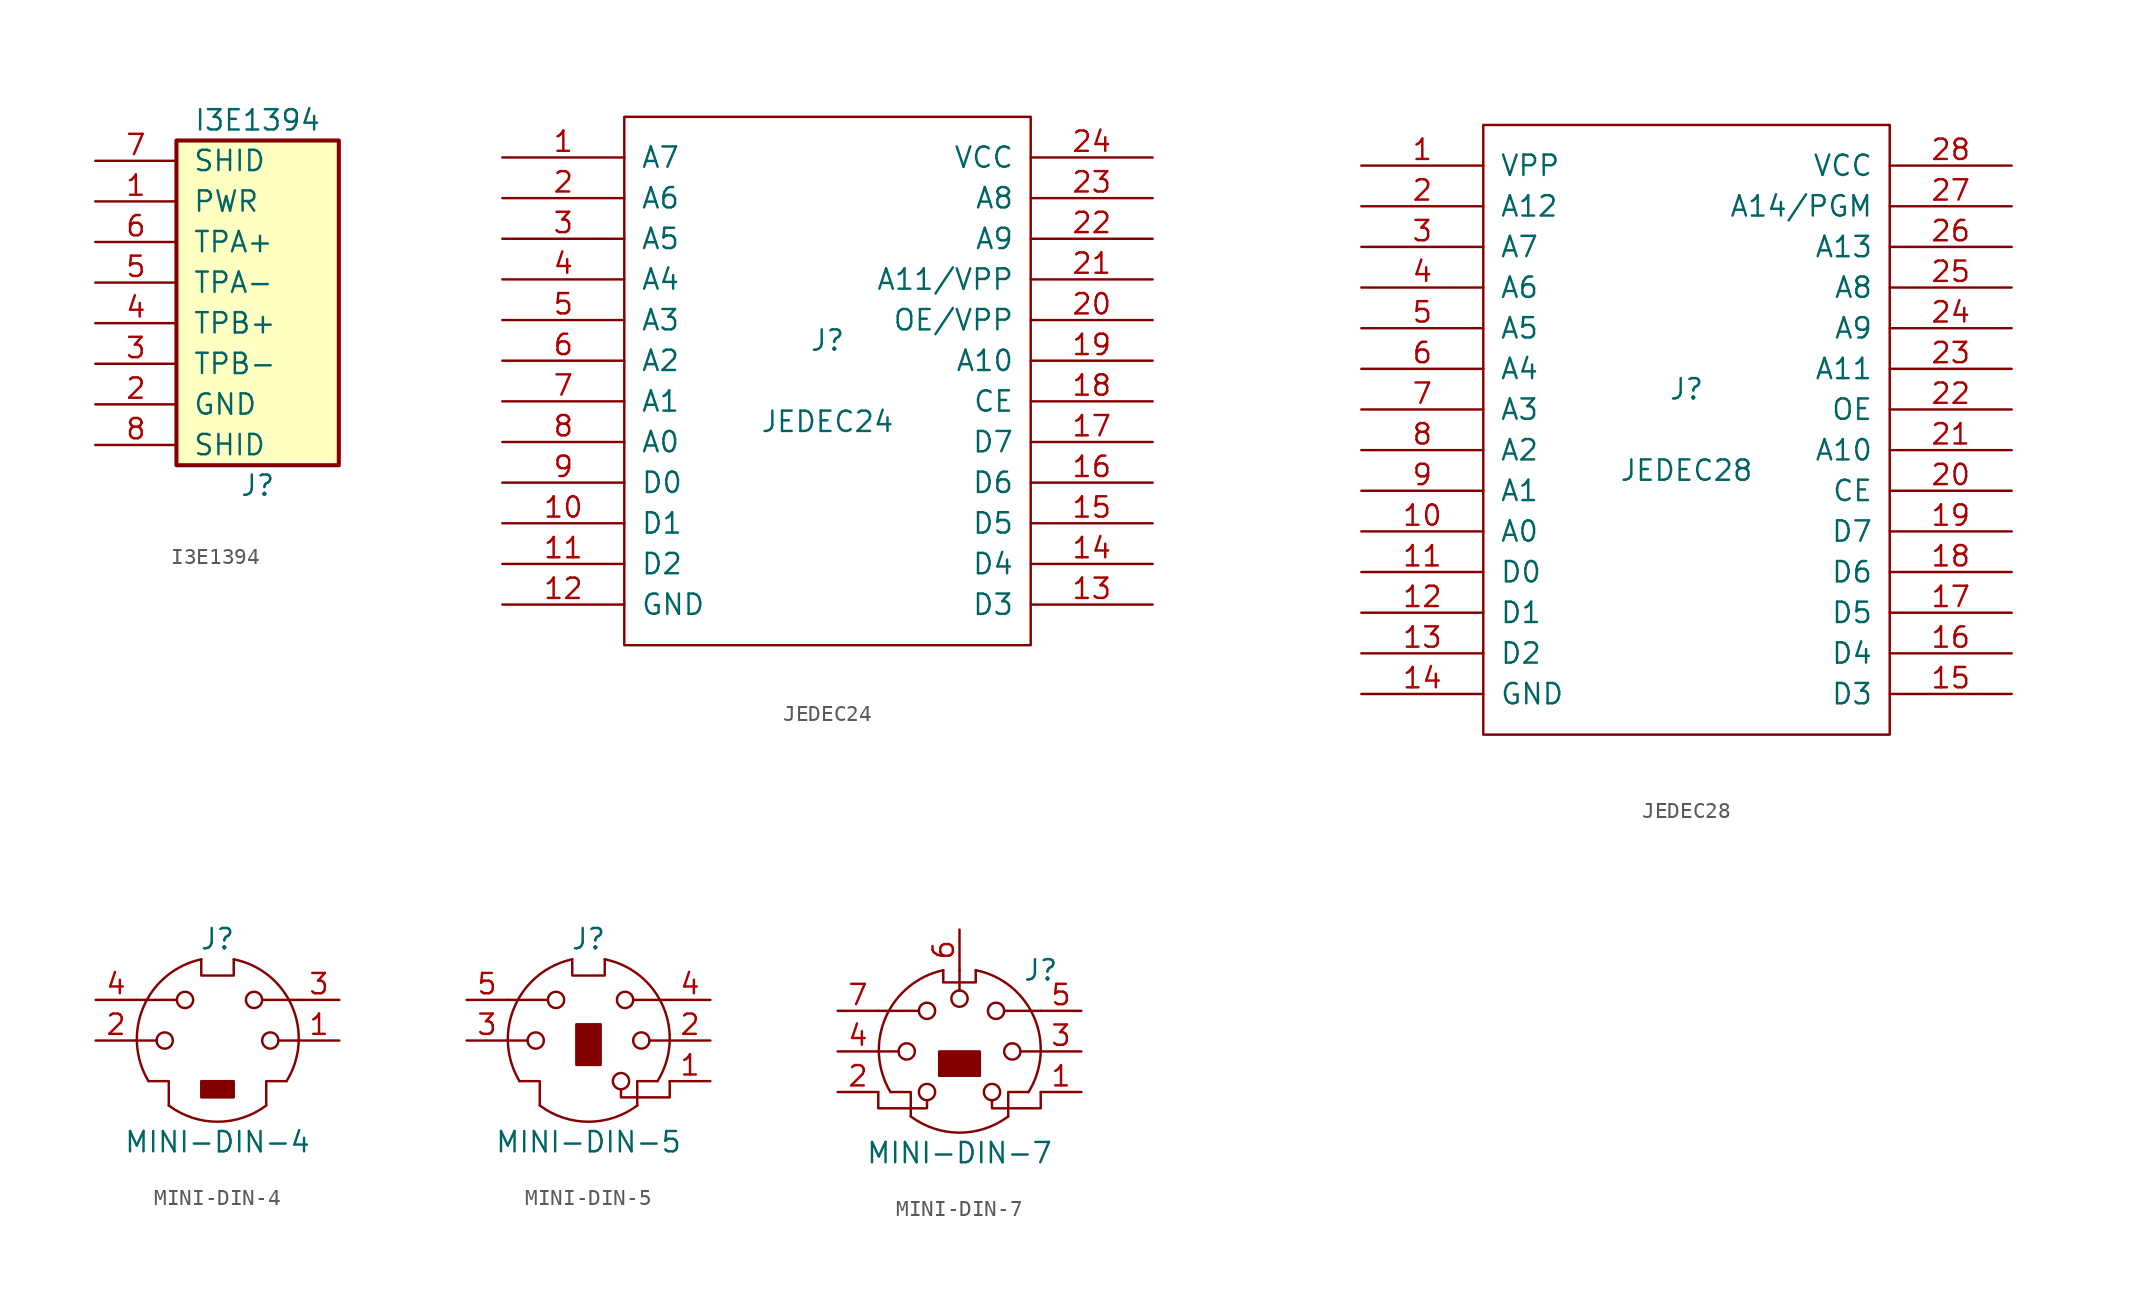
<source format=kicad_sym>
(kicad_symbol_lib
  (version 20211014)
  (generator kicad_symbol_editor)
  (symbol "I3E1394"
    (pin_names
      (offset 1.016))
    (property "Reference" "J"
      (at 0 -11.43 0)
      (effects (font (size 1.27 1.27))))
    (property "Value" "I3E1394"
      (at 0 11.43 0)
      (effects (font (size 1.27 1.27))))
    (symbol "I3E1394_0_1"
      (rectangle (start -5.08 10.16) (end 5.08 -10.16) (stroke (width 0.254) (type default) (color 0 0 0 0)) (fill (type background))))
    (symbol "I3E1394_1_1"
      (pin passive line (at -10.16 6.35 0) (length 5.08) (name "PWR" (effects (font (size 1.27 1.27)))) (number "1" (effects (font (size 1.27 1.27)))))
      (pin passive line (at -10.16 -6.35 0) (length 5.08) (name "GND" (effects (font (size 1.27 1.27)))) (number "2" (effects (font (size 1.27 1.27)))))
      (pin bidirectional line (at -10.16 -3.81 0) (length 5.08) (name "TPB-" (effects (font (size 1.27 1.27)))) (number "3" (effects (font (size 1.27 1.27)))))
      (pin bidirectional line (at -10.16 -1.27 0) (length 5.08) (name "TPB+" (effects (font (size 1.27 1.27)))) (number "4" (effects (font (size 1.27 1.27)))))
      (pin bidirectional line (at -10.16 1.27 0) (length 5.08) (name "TPA-" (effects (font (size 1.27 1.27)))) (number "5" (effects (font (size 1.27 1.27)))))
      (pin bidirectional line (at -10.16 3.81 0) (length 5.08) (name "TPA+" (effects (font (size 1.27 1.27)))) (number "6" (effects (font (size 1.27 1.27)))))
      (pin passive line (at -10.16 8.89 0) (length 5.08) (name "SHID" (effects (font (size 1.27 1.27)))) (number "7" (effects (font (size 1.27 1.27)))))
      (pin passive line (at -10.16 -8.89 0) (length 5.08) (name "SHID" (effects (font (size 1.27 1.27)))) (number "8" (effects (font (size 1.27 1.27)))))))
  (symbol "JEDEC24"
    (pin_names
      (offset 1.016))
    (property "Reference" "J"
      (at 0 2.54 0)
      (effects (font (size 1.27 1.27))))
    (property "Value" "JEDEC24"
      (at 0 -2.54 0)
      (effects (font (size 1.27 1.27))))
    (symbol "JEDEC24_0_1"
      (rectangle (start -12.7 -16.51) (end 12.7 16.51) (stroke (width 0) (type default) (color 0 0 0 0)) (fill (type none))))
    (symbol "JEDEC24_1_1"
      (pin passive line (at -20.32 13.97 0) (length 7.62) (name "A7" (effects (font (size 1.27 1.27)))) (number "1" (effects (font (size 1.27 1.27)))))
      (pin passive line (at -20.32 -8.89 0) (length 7.62) (name "D1" (effects (font (size 1.27 1.27)))) (number "10" (effects (font (size 1.27 1.27)))))
      (pin passive line (at -20.32 -11.43 0) (length 7.62) (name "D2" (effects (font (size 1.27 1.27)))) (number "11" (effects (font (size 1.27 1.27)))))
      (pin passive line (at -20.32 -13.97 0) (length 7.62) (name "GND" (effects (font (size 1.27 1.27)))) (number "12" (effects (font (size 1.27 1.27)))))
      (pin passive line (at 20.32 -13.97 180) (length 7.62) (name "D3" (effects (font (size 1.27 1.27)))) (number "13" (effects (font (size 1.27 1.27)))))
      (pin passive line (at 20.32 -11.43 180) (length 7.62) (name "D4" (effects (font (size 1.27 1.27)))) (number "14" (effects (font (size 1.27 1.27)))))
      (pin passive line (at 20.32 -8.89 180) (length 7.62) (name "D5" (effects (font (size 1.27 1.27)))) (number "15" (effects (font (size 1.27 1.27)))))
      (pin passive line (at 20.32 -6.35 180) (length 7.62) (name "D6" (effects (font (size 1.27 1.27)))) (number "16" (effects (font (size 1.27 1.27)))))
      (pin passive line (at 20.32 -3.81 180) (length 7.62) (name "D7" (effects (font (size 1.27 1.27)))) (number "17" (effects (font (size 1.27 1.27)))))
      (pin passive line (at 20.32 -1.27 180) (length 7.62) (name "CE" (effects (font (size 1.27 1.27)))) (number "18" (effects (font (size 1.27 1.27)))))
      (pin passive line (at 20.32 1.27 180) (length 7.62) (name "A10" (effects (font (size 1.27 1.27)))) (number "19" (effects (font (size 1.27 1.27)))))
      (pin passive line (at -20.32 11.43 0) (length 7.62) (name "A6" (effects (font (size 1.27 1.27)))) (number "2" (effects (font (size 1.27 1.27)))))
      (pin passive line (at 20.32 3.81 180) (length 7.62) (name "OE/VPP" (effects (font (size 1.27 1.27)))) (number "20" (effects (font (size 1.27 1.27)))))
      (pin passive line (at 20.32 6.35 180) (length 7.62) (name "A11/VPP" (effects (font (size 1.27 1.27)))) (number "21" (effects (font (size 1.27 1.27)))))
      (pin passive line (at 20.32 8.89 180) (length 7.62) (name "A9" (effects (font (size 1.27 1.27)))) (number "22" (effects (font (size 1.27 1.27)))))
      (pin passive line (at 20.32 11.43 180) (length 7.62) (name "A8" (effects (font (size 1.27 1.27)))) (number "23" (effects (font (size 1.27 1.27)))))
      (pin passive line (at 20.32 13.97 180) (length 7.62) (name "VCC" (effects (font (size 1.27 1.27)))) (number "24" (effects (font (size 1.27 1.27)))))
      (pin passive line (at -20.32 8.89 0) (length 7.62) (name "A5" (effects (font (size 1.27 1.27)))) (number "3" (effects (font (size 1.27 1.27)))))
      (pin passive line (at -20.32 6.35 0) (length 7.62) (name "A4" (effects (font (size 1.27 1.27)))) (number "4" (effects (font (size 1.27 1.27)))))
      (pin passive line (at -20.32 3.81 0) (length 7.62) (name "A3" (effects (font (size 1.27 1.27)))) (number "5" (effects (font (size 1.27 1.27)))))
      (pin passive line (at -20.32 1.27 0) (length 7.62) (name "A2" (effects (font (size 1.27 1.27)))) (number "6" (effects (font (size 1.27 1.27)))))
      (pin passive line (at -20.32 -1.27 0) (length 7.62) (name "A1" (effects (font (size 1.27 1.27)))) (number "7" (effects (font (size 1.27 1.27)))))
      (pin passive line (at -20.32 -3.81 0) (length 7.62) (name "A0" (effects (font (size 1.27 1.27)))) (number "8" (effects (font (size 1.27 1.27)))))
      (pin passive line (at -20.32 -6.35 0) (length 7.62) (name "D0" (effects (font (size 1.27 1.27)))) (number "9" (effects (font (size 1.27 1.27)))))))
  (symbol "JEDEC28"
    (pin_names
      (offset 1.016))
    (property "Reference" "J"
      (at 0 2.54 0)
      (effects (font (size 1.27 1.27))))
    (property "Value" "JEDEC28"
      (at 0 -2.54 0)
      (effects (font (size 1.27 1.27))))
    (symbol "JEDEC28_0_1"
      (rectangle (start -12.7 -19.05) (end 12.7 19.05) (stroke (width 0) (type default) (color 0 0 0 0)) (fill (type none))))
    (symbol "JEDEC28_1_1"
      (pin passive line (at -20.32 16.51 0) (length 7.62) (name "VPP" (effects (font (size 1.27 1.27)))) (number "1" (effects (font (size 1.27 1.27)))))
      (pin passive line (at -20.32 -6.35 0) (length 7.62) (name "A0" (effects (font (size 1.27 1.27)))) (number "10" (effects (font (size 1.27 1.27)))))
      (pin passive line (at -20.32 -8.89 0) (length 7.62) (name "D0" (effects (font (size 1.27 1.27)))) (number "11" (effects (font (size 1.27 1.27)))))
      (pin input line (at -20.32 -11.43 0) (length 7.62) (name "D1" (effects (font (size 1.27 1.27)))) (number "12" (effects (font (size 1.27 1.27)))))
      (pin passive line (at -20.32 -13.97 0) (length 7.62) (name "D2" (effects (font (size 1.27 1.27)))) (number "13" (effects (font (size 1.27 1.27)))))
      (pin passive line (at -20.32 -16.51 0) (length 7.62) (name "GND" (effects (font (size 1.27 1.27)))) (number "14" (effects (font (size 1.27 1.27)))))
      (pin passive line (at 20.32 -16.51 180) (length 7.62) (name "D3" (effects (font (size 1.27 1.27)))) (number "15" (effects (font (size 1.27 1.27)))))
      (pin passive line (at 20.32 -13.97 180) (length 7.62) (name "D4" (effects (font (size 1.27 1.27)))) (number "16" (effects (font (size 1.27 1.27)))))
      (pin passive line (at 20.32 -11.43 180) (length 7.62) (name "D5" (effects (font (size 1.27 1.27)))) (number "17" (effects (font (size 1.27 1.27)))))
      (pin passive line (at 20.32 -8.89 180) (length 7.62) (name "D6" (effects (font (size 1.27 1.27)))) (number "18" (effects (font (size 1.27 1.27)))))
      (pin passive line (at 20.32 -6.35 180) (length 7.62) (name "D7" (effects (font (size 1.27 1.27)))) (number "19" (effects (font (size 1.27 1.27)))))
      (pin passive line (at -20.32 13.97 0) (length 7.62) (name "A12" (effects (font (size 1.27 1.27)))) (number "2" (effects (font (size 1.27 1.27)))))
      (pin passive line (at 20.32 -3.81 180) (length 7.62) (name "CE" (effects (font (size 1.27 1.27)))) (number "20" (effects (font (size 1.27 1.27)))))
      (pin passive line (at 20.32 -1.27 180) (length 7.62) (name "A10" (effects (font (size 1.27 1.27)))) (number "21" (effects (font (size 1.27 1.27)))))
      (pin passive line (at 20.32 1.27 180) (length 7.62) (name "OE" (effects (font (size 1.27 1.27)))) (number "22" (effects (font (size 1.27 1.27)))))
      (pin passive line (at 20.32 3.81 180) (length 7.62) (name "A11" (effects (font (size 1.27 1.27)))) (number "23" (effects (font (size 1.27 1.27)))))
      (pin passive line (at 20.32 6.35 180) (length 7.62) (name "A9" (effects (font (size 1.27 1.27)))) (number "24" (effects (font (size 1.27 1.27)))))
      (pin passive line (at 20.32 8.89 180) (length 7.62) (name "A8" (effects (font (size 1.27 1.27)))) (number "25" (effects (font (size 1.27 1.27)))))
      (pin passive line (at 20.32 11.43 180) (length 7.62) (name "A13" (effects (font (size 1.27 1.27)))) (number "26" (effects (font (size 1.27 1.27)))))
      (pin passive line (at 20.32 13.97 180) (length 7.62) (name "A14/PGM" (effects (font (size 1.27 1.27)))) (number "27" (effects (font (size 1.27 1.27)))))
      (pin passive line (at 20.32 16.51 180) (length 7.62) (name "VCC" (effects (font (size 1.27 1.27)))) (number "28" (effects (font (size 1.27 1.27)))))
      (pin passive line (at -20.32 11.43 0) (length 7.62) (name "A7" (effects (font (size 1.27 1.27)))) (number "3" (effects (font (size 1.27 1.27)))))
      (pin passive line (at -20.32 8.89 0) (length 7.62) (name "A6" (effects (font (size 1.27 1.27)))) (number "4" (effects (font (size 1.27 1.27)))))
      (pin passive line (at -20.32 6.35 0) (length 7.62) (name "A5" (effects (font (size 1.27 1.27)))) (number "5" (effects (font (size 1.27 1.27)))))
      (pin passive line (at -20.32 3.81 0) (length 7.62) (name "A4" (effects (font (size 1.27 1.27)))) (number "6" (effects (font (size 1.27 1.27)))))
      (pin passive line (at -20.32 1.27 0) (length 7.62) (name "A3" (effects (font (size 1.27 1.27)))) (number "7" (effects (font (size 1.27 1.27)))))
      (pin passive line (at -20.32 -1.27 0) (length 7.62) (name "A2" (effects (font (size 1.27 1.27)))) (number "8" (effects (font (size 1.27 1.27)))))
      (pin passive line (at -20.32 -3.81 0) (length 7.62) (name "A1" (effects (font (size 1.27 1.27)))) (number "9" (effects (font (size 1.27 1.27)))))))
  (symbol "MINI-DIN-4"
    (pin_names
      (offset 1.016))
    (property "Reference" "J"
      (at 0 6.35 0)
      (effects (font (size 1.27 1.27))))
    (property "Value" "MINI-DIN-4"
      (at 0 -6.35 0)
      (effects (font (size 1.27 1.27))))
    (symbol "MINI-DIN-4_0_1"
      (circle (center -3.302 0) (radius 0.508) (stroke (width 0) (type default) (color 0 0 0 0)) (fill (type none)))
      (arc (start -3.048 -4.064) (mid 0 -5.08) (end 3.048 -4.064) (stroke (width 0) (type default) (color 0 0 0 0)) (fill (type none)))
      (circle (center -2.032 2.54) (radius 0.508) (stroke (width 0) (type default) (color 0 0 0 0)) (fill (type none)))
      (rectangle (start -1.016 -2.54) (end 1.016 -3.556) (stroke (width 0) (type default) (color 0 0 0 0)) (fill (type outline)))
      (arc (start -1.016 5.08) (mid -4.6228 2.1214) (end -4.318 -2.54) (stroke (width 0) (type default) (color 0 0 0 0)) (fill (type none)))
      (polyline (pts (xy -3.81 0) (xy -5.08 0)) (stroke (width 0) (type default) (color 0 0 0 0)) (fill (type none)))
      (polyline (pts (xy -2.54 2.54) (xy -5.08 2.54)) (stroke (width 0) (type default) (color 0 0 0 0)) (fill (type none)))
      (polyline (pts (xy 2.794 2.54) (xy 5.08 2.54)) (stroke (width 0) (type default) (color 0 0 0 0)) (fill (type none)))
      (polyline (pts (xy 5.08 0) (xy 3.81 0)) (stroke (width 0) (type default) (color 0 0 0 0)) (fill (type none)))
      (polyline (pts (xy -4.318 -2.54) (xy -3.048 -2.54) (xy -3.048 -4.064)) (stroke (width 0) (type default) (color 0 0 0 0)) (fill (type none)))
      (polyline (pts (xy 4.318 -2.54) (xy 3.048 -2.54) (xy 3.048 -4.064)) (stroke (width 0) (type default) (color 0 0 0 0)) (fill (type none)))
      (polyline (pts (xy -1.016 5.08) (xy -1.016 4.064) (xy 1.016 4.064) (xy 1.016 5.08)) (stroke (width 0) (type default) (color 0 0 0 0)) (fill (type none)))
      (circle (center 2.286 2.54) (radius 0.508) (stroke (width 0) (type default) (color 0 0 0 0)) (fill (type none)))
      (circle (center 3.302 0) (radius 0.508) (stroke (width 0) (type default) (color 0 0 0 0)) (fill (type none)))
      (arc (start 4.318 -2.54) (mid 4.6661 2.1322) (end 1.016 5.08) (stroke (width 0) (type default) (color 0 0 0 0)) (fill (type none))))
    (symbol "MINI-DIN-4_1_1"
      (pin passive line (at 7.62 0 180) (length 2.54) (name "~" (effects (font (size 1.27 1.27)))) (number "1" (effects (font (size 1.27 1.27)))))
      (pin passive line (at -7.62 0 0) (length 2.54) (name "~" (effects (font (size 1.27 1.27)))) (number "2" (effects (font (size 1.27 1.27)))))
      (pin passive line (at 7.62 2.54 180) (length 2.54) (name "~" (effects (font (size 1.27 1.27)))) (number "3" (effects (font (size 1.27 1.27)))))
      (pin passive line (at -7.62 2.54 0) (length 2.54) (name "~" (effects (font (size 1.27 1.27)))) (number "4" (effects (font (size 1.27 1.27)))))))
  (symbol "MINI-DIN-5"
    (pin_names
      (offset 1.016))
    (property "Reference" "J"
      (at 0 6.35 0)
      (effects (font (size 1.27 1.27))))
    (property "Value" "MINI-DIN-5"
      (at 0 -6.35 0)
      (effects (font (size 1.27 1.27))))
    (symbol "MINI-DIN-5_0_1"
      (circle (center -3.302 0) (radius 0.508) (stroke (width 0) (type default) (color 0 0 0 0)) (fill (type none)))
      (arc (start -3.048 -4.064) (mid 0 -5.08) (end 3.048 -4.064) (stroke (width 0) (type default) (color 0 0 0 0)) (fill (type none)))
      (circle (center -2.032 2.54) (radius 0.508) (stroke (width 0) (type default) (color 0 0 0 0)) (fill (type none)))
      (arc (start -1.016 5.08) (mid -4.6228 2.1214) (end -4.318 -2.54) (stroke (width 0) (type default) (color 0 0 0 0)) (fill (type none)))
      (rectangle (start -0.762 1.016) (end 0.762 -1.524) (stroke (width 0) (type default) (color 0 0 0 0)) (fill (type outline)))
      (polyline (pts (xy -3.81 0) (xy -5.08 0)) (stroke (width 0) (type default) (color 0 0 0 0)) (fill (type none)))
      (polyline (pts (xy -2.54 2.54) (xy -5.08 2.54)) (stroke (width 0) (type default) (color 0 0 0 0)) (fill (type none)))
      (polyline (pts (xy 2.794 2.54) (xy 5.08 2.54)) (stroke (width 0) (type default) (color 0 0 0 0)) (fill (type none)))
      (polyline (pts (xy 5.08 0) (xy 3.81 0)) (stroke (width 0) (type default) (color 0 0 0 0)) (fill (type none)))
      (polyline (pts (xy -4.318 -2.54) (xy -3.048 -2.54) (xy -3.048 -4.064)) (stroke (width 0) (type default) (color 0 0 0 0)) (fill (type none)))
      (polyline (pts (xy 4.318 -2.54) (xy 3.048 -2.54) (xy 3.048 -4.064)) (stroke (width 0) (type default) (color 0 0 0 0)) (fill (type none)))
      (polyline (pts (xy -1.016 5.08) (xy -1.016 4.064) (xy 1.016 4.064) (xy 1.016 5.08)) (stroke (width 0) (type default) (color 0 0 0 0)) (fill (type none)))
      (polyline (pts (xy 2.032 -3.048) (xy 2.032 -3.556) (xy 5.08 -3.556) (xy 5.08 -2.54)) (stroke (width 0) (type default) (color 0 0 0 0)) (fill (type none)))
      (circle (center 2.032 -2.54) (radius 0.508) (stroke (width 0) (type default) (color 0 0 0 0)) (fill (type none)))
      (circle (center 2.286 2.54) (radius 0.508) (stroke (width 0) (type default) (color 0 0 0 0)) (fill (type none)))
      (circle (center 3.302 0) (radius 0.508) (stroke (width 0) (type default) (color 0 0 0 0)) (fill (type none)))
      (arc (start 4.318 -2.54) (mid 4.6661 2.1322) (end 1.016 5.08) (stroke (width 0) (type default) (color 0 0 0 0)) (fill (type none))))
    (symbol "MINI-DIN-5_1_1"
      (pin passive line (at 7.62 -2.54 180) (length 2.54) (name "~" (effects (font (size 1.27 1.27)))) (number "1" (effects (font (size 1.27 1.27)))))
      (pin passive line (at 7.62 0 180) (length 2.54) (name "~" (effects (font (size 1.27 1.27)))) (number "2" (effects (font (size 1.27 1.27)))))
      (pin passive line (at -7.62 0 0) (length 2.54) (name "~" (effects (font (size 1.27 1.27)))) (number "3" (effects (font (size 1.27 1.27)))))
      (pin passive line (at 7.62 2.54 180) (length 2.54) (name "~" (effects (font (size 1.27 1.27)))) (number "4" (effects (font (size 1.27 1.27)))))
      (pin passive line (at -7.62 2.54 0) (length 2.54) (name "~" (effects (font (size 1.27 1.27)))) (number "5" (effects (font (size 1.27 1.27)))))))
  (symbol "MINI-DIN-7"
    (pin_names
      (offset 1.016))
    (property "Reference" "J"
      (at 5.08 5.08 0)
      (effects (font (size 1.27 1.27))))
    (property "Value" "MINI-DIN-7"
      (at 0 -6.35 0)
      (effects (font (size 1.27 1.27))))
    (symbol "MINI-DIN-7_0_1"
      (circle (center -3.302 0) (radius 0.508) (stroke (width 0) (type default) (color 0 0 0 0)) (fill (type none)))
      (arc (start -3.048 -4.064) (mid 0 -5.08) (end 3.048 -4.064) (stroke (width 0) (type default) (color 0 0 0 0)) (fill (type none)))
      (circle (center -2.032 -2.54) (radius 0.508) (stroke (width 0) (type default) (color 0 0 0 0)) (fill (type none)))
      (circle (center -2.032 2.54) (radius 0.508) (stroke (width 0) (type default) (color 0 0 0 0)) (fill (type none)))
      (arc (start -1.016 5.08) (mid -4.6228 2.1214) (end -4.318 -2.54) (stroke (width 0) (type default) (color 0 0 0 0)) (fill (type none)))
      (polyline (pts (xy -3.81 0) (xy -5.08 0)) (stroke (width 0) (type default) (color 0 0 0 0)) (fill (type none)))
      (polyline (pts (xy -2.54 2.54) (xy -5.08 2.54)) (stroke (width 0) (type default) (color 0 0 0 0)) (fill (type none)))
      (polyline (pts (xy 0 3.81) (xy 0 5.08)) (stroke (width 0) (type default) (color 0 0 0 0)) (fill (type none)))
      (polyline (pts (xy 2.794 2.54) (xy 5.08 2.54)) (stroke (width 0) (type default) (color 0 0 0 0)) (fill (type none)))
      (polyline (pts (xy 5.08 0) (xy 3.81 0)) (stroke (width 0) (type default) (color 0 0 0 0)) (fill (type none)))
      (polyline (pts (xy -4.318 -2.54) (xy -3.048 -2.54) (xy -3.048 -4.064)) (stroke (width 0) (type default) (color 0 0 0 0)) (fill (type none)))
      (polyline (pts (xy 4.318 -2.54) (xy 3.048 -2.54) (xy 3.048 -4.064)) (stroke (width 0) (type default) (color 0 0 0 0)) (fill (type none)))
      (polyline (pts (xy -2.032 -3.048) (xy -2.032 -3.556) (xy -5.08 -3.556) (xy -5.08 -2.54)) (stroke (width 0) (type default) (color 0 0 0 0)) (fill (type none)))
      (polyline (pts (xy -1.016 5.08) (xy -1.016 4.318) (xy 1.016 4.318) (xy 1.016 5.08)) (stroke (width 0) (type default) (color 0 0 0 0)) (fill (type none)))
      (polyline (pts (xy 2.032 -3.048) (xy 2.032 -3.556) (xy 5.08 -3.556) (xy 5.08 -2.54)) (stroke (width 0) (type default) (color 0 0 0 0)) (fill (type none)))
      (circle (center 0 3.302) (radius 0.508) (stroke (width 0) (type default) (color 0 0 0 0)) (fill (type none)))
      (circle (center 2.032 -2.54) (radius 0.508) (stroke (width 0) (type default) (color 0 0 0 0)) (fill (type none)))
      (circle (center 2.286 2.54) (radius 0.508) (stroke (width 0) (type default) (color 0 0 0 0)) (fill (type none)))
      (circle (center 3.302 0) (radius 0.508) (stroke (width 0) (type default) (color 0 0 0 0)) (fill (type none)))
      (arc (start 4.318 -2.54) (mid 4.6661 2.1322) (end 1.016 5.08) (stroke (width 0) (type default) (color 0 0 0 0)) (fill (type none))))
    (symbol "MINI-DIN-7_1_1"
      (rectangle (start -1.27 -1.524) (end 1.27 0) (stroke (width 0) (type default) (color 0 0 0 0)) (fill (type outline)))
      (pin passive line (at 7.62 -2.54 180) (length 2.54) (name "~" (effects (font (size 1.27 1.27)))) (number "1" (effects (font (size 1.27 1.27)))))
      (pin passive line (at -7.62 -2.54 0) (length 2.54) (name "~" (effects (font (size 1.27 1.27)))) (number "2" (effects (font (size 1.27 1.27)))))
      (pin passive line (at 7.62 0 180) (length 2.54) (name "~" (effects (font (size 1.27 1.27)))) (number "3" (effects (font (size 1.27 1.27)))))
      (pin passive line (at -7.62 0 0) (length 2.54) (name "~" (effects (font (size 1.27 1.27)))) (number "4" (effects (font (size 1.27 1.27)))))
      (pin passive line (at 7.62 2.54 180) (length 2.54) (name "~" (effects (font (size 1.27 1.27)))) (number "5" (effects (font (size 1.27 1.27)))))
      (pin passive line (at 0 7.62 270) (length 2.54) (name "~" (effects (font (size 1.27 1.27)))) (number "6" (effects (font (size 1.27 1.27)))))
      (pin passive line (at -7.62 2.54 0) (length 2.54) (name "~" (effects (font (size 1.27 1.27)))) (number "7" (effects (font (size 1.27 1.27))))))))
</source>
